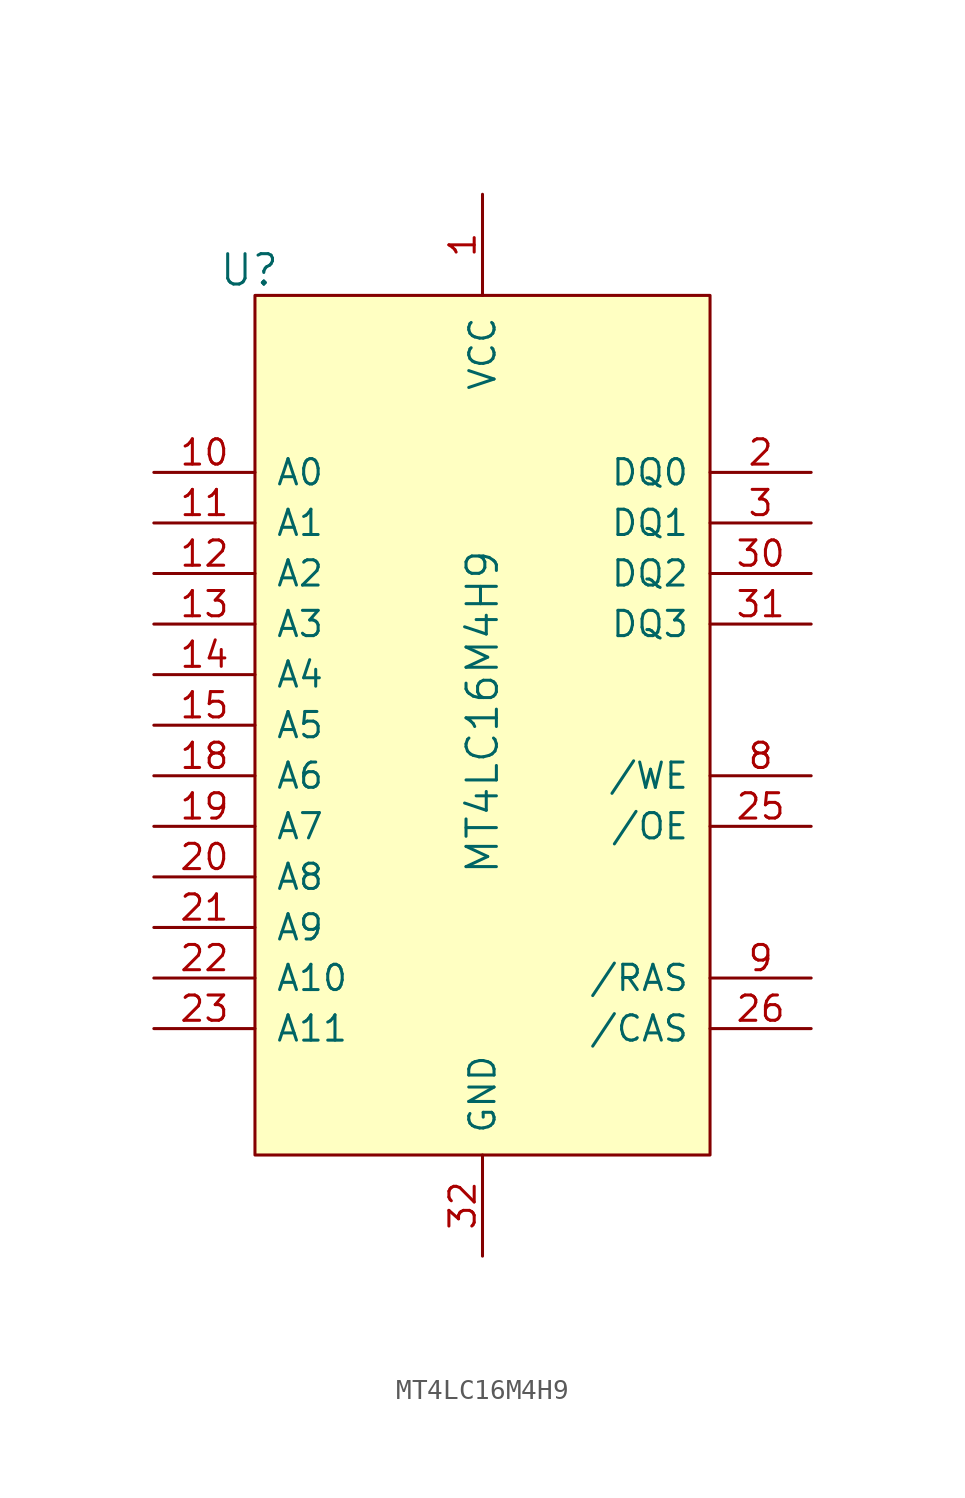
<source format=kicad_sym>
(kicad_symbol_lib
  (version 20211014)
  (generator kicad_symbol_editor)
  (symbol "MT4LC16M4H9"
    (pin_names
      (offset 1.016))
    (property "Reference" "U"
      (at -10.16 22.86 0)
      (effects (font (size 1.524 1.524)) (justify right)))
    (property "Value" "MT4LC16M4H9"
      (at 0 8.89 90)
      (effects (font (size 1.524 1.524)) (justify right)))
    (symbol "MT4LC16M4H9_1_1"
      (rectangle (start -11.43 21.59) (end 11.43 -21.59) (stroke (width 0) (type default) (color 0 0 0 0)) (fill (type background)))
      (pin power_in line (at 0 26.67 270) (length 5.08) (name "VCC" (effects (font (size 1.27 1.27)))) (number "1" (effects (font (size 1.27 1.27)))))
      (pin input line (at -16.51 12.7 0) (length 5.08) (name "A0" (effects (font (size 1.27 1.27)))) (number "10" (effects (font (size 1.27 1.27)))))
      (pin input line (at -16.51 10.16 0) (length 5.08) (name "A1" (effects (font (size 1.27 1.27)))) (number "11" (effects (font (size 1.27 1.27)))))
      (pin input line (at -16.51 7.62 0) (length 5.08) (name "A2" (effects (font (size 1.27 1.27)))) (number "12" (effects (font (size 1.27 1.27)))))
      (pin input line (at -16.51 5.08 0) (length 5.08) (name "A3" (effects (font (size 1.27 1.27)))) (number "13" (effects (font (size 1.27 1.27)))))
      (pin input line (at -16.51 2.54 0) (length 5.08) (name "A4" (effects (font (size 1.27 1.27)))) (number "14" (effects (font (size 1.27 1.27)))))
      (pin input line (at -16.51 0 0) (length 5.08) (name "A5" (effects (font (size 1.27 1.27)))) (number "15" (effects (font (size 1.27 1.27)))))
      (pin power_in line (at 0 26.67 270) (length 5.08) hide (name "VCC" (effects (font (size 1.27 1.27)))) (number "16" (effects (font (size 1.27 1.27)))))
      (pin power_in line (at 0 -26.67 90) (length 5.08) hide (name "GND" (effects (font (size 1.27 1.27)))) (number "17" (effects (font (size 1.27 1.27)))))
      (pin input line (at -16.51 -2.54 0) (length 5.08) (name "A6" (effects (font (size 1.27 1.27)))) (number "18" (effects (font (size 1.27 1.27)))))
      (pin input line (at -16.51 -5.08 0) (length 5.08) (name "A7" (effects (font (size 1.27 1.27)))) (number "19" (effects (font (size 1.27 1.27)))))
      (pin bidirectional line (at 16.51 12.7 180) (length 5.08) (name "DQ0" (effects (font (size 1.27 1.27)))) (number "2" (effects (font (size 1.27 1.27)))))
      (pin input line (at -16.51 -7.62 0) (length 5.08) (name "A8" (effects (font (size 1.27 1.27)))) (number "20" (effects (font (size 1.27 1.27)))))
      (pin input line (at -16.51 -10.16 0) (length 5.08) (name "A9" (effects (font (size 1.27 1.27)))) (number "21" (effects (font (size 1.27 1.27)))))
      (pin input line (at -16.51 -12.7 0) (length 5.08) (name "A10" (effects (font (size 1.27 1.27)))) (number "22" (effects (font (size 1.27 1.27)))))
      (pin input line (at -16.51 -15.24 0) (length 5.08) (name "A11" (effects (font (size 1.27 1.27)))) (number "23" (effects (font (size 1.27 1.27)))))
      (pin no_connect line (at 3.175 0.635 90) (length 5.08) hide (name "NC" (effects (font (size 1.27 1.27)))) (number "24" (effects (font (size 1.27 1.27)))))
      (pin input line (at 16.51 -5.08 180) (length 5.08) (name "/OE" (effects (font (size 1.27 1.27)))) (number "25" (effects (font (size 1.27 1.27)))))
      (pin input line (at 16.51 -15.24 180) (length 5.08) (name "/CAS" (effects (font (size 1.27 1.27)))) (number "26" (effects (font (size 1.27 1.27)))))
      (pin no_connect line (at 3.175 0.635 90) (length 5.08) hide (name "nc" (effects (font (size 1.27 1.27)))) (number "27" (effects (font (size 1.27 1.27)))))
      (pin no_connect line (at 3.175 0.635 90) (length 5.08) hide (name "nc" (effects (font (size 1.27 1.27)))) (number "28" (effects (font (size 1.27 1.27)))))
      (pin no_connect line (at 3.175 0.635 90) (length 5.08) hide (name "nc" (effects (font (size 1.27 1.27)))) (number "29" (effects (font (size 1.27 1.27)))))
      (pin bidirectional line (at 16.51 10.16 180) (length 5.08) (name "DQ1" (effects (font (size 1.27 1.27)))) (number "3" (effects (font (size 1.27 1.27)))))
      (pin bidirectional line (at 16.51 7.62 180) (length 5.08) (name "DQ2" (effects (font (size 1.27 1.27)))) (number "30" (effects (font (size 1.27 1.27)))))
      (pin bidirectional line (at 16.51 5.08 180) (length 5.08) (name "DQ3" (effects (font (size 1.27 1.27)))) (number "31" (effects (font (size 1.27 1.27)))))
      (pin power_in line (at 0 -26.67 90) (length 5.08) (name "GND" (effects (font (size 1.27 1.27)))) (number "32" (effects (font (size 1.27 1.27)))))
      (pin no_connect line (at 3.175 0.635 90) (length 5.08) hide (name "NC" (effects (font (size 1.27 1.27)))) (number "4" (effects (font (size 1.27 1.27)))))
      (pin no_connect line (at 3.175 0.635 90) (length 5.08) hide (name "NC" (effects (font (size 1.27 1.27)))) (number "5" (effects (font (size 1.27 1.27)))))
      (pin no_connect line (at 3.175 0.635 90) (length 5.08) hide (name "NC" (effects (font (size 1.27 1.27)))) (number "6" (effects (font (size 1.27 1.27)))))
      (pin no_connect line (at 3.175 0.635 90) (length 5.08) hide (name "NC" (effects (font (size 1.27 1.27)))) (number "7" (effects (font (size 1.27 1.27)))))
      (pin input line (at 16.51 -2.54 180) (length 5.08) (name "/WE" (effects (font (size 1.27 1.27)))) (number "8" (effects (font (size 1.27 1.27)))))
      (pin input line (at 16.51 -12.7 180) (length 5.08) (name "/RAS" (effects (font (size 1.27 1.27)))) (number "9" (effects (font (size 1.27 1.27))))))))
</source>
